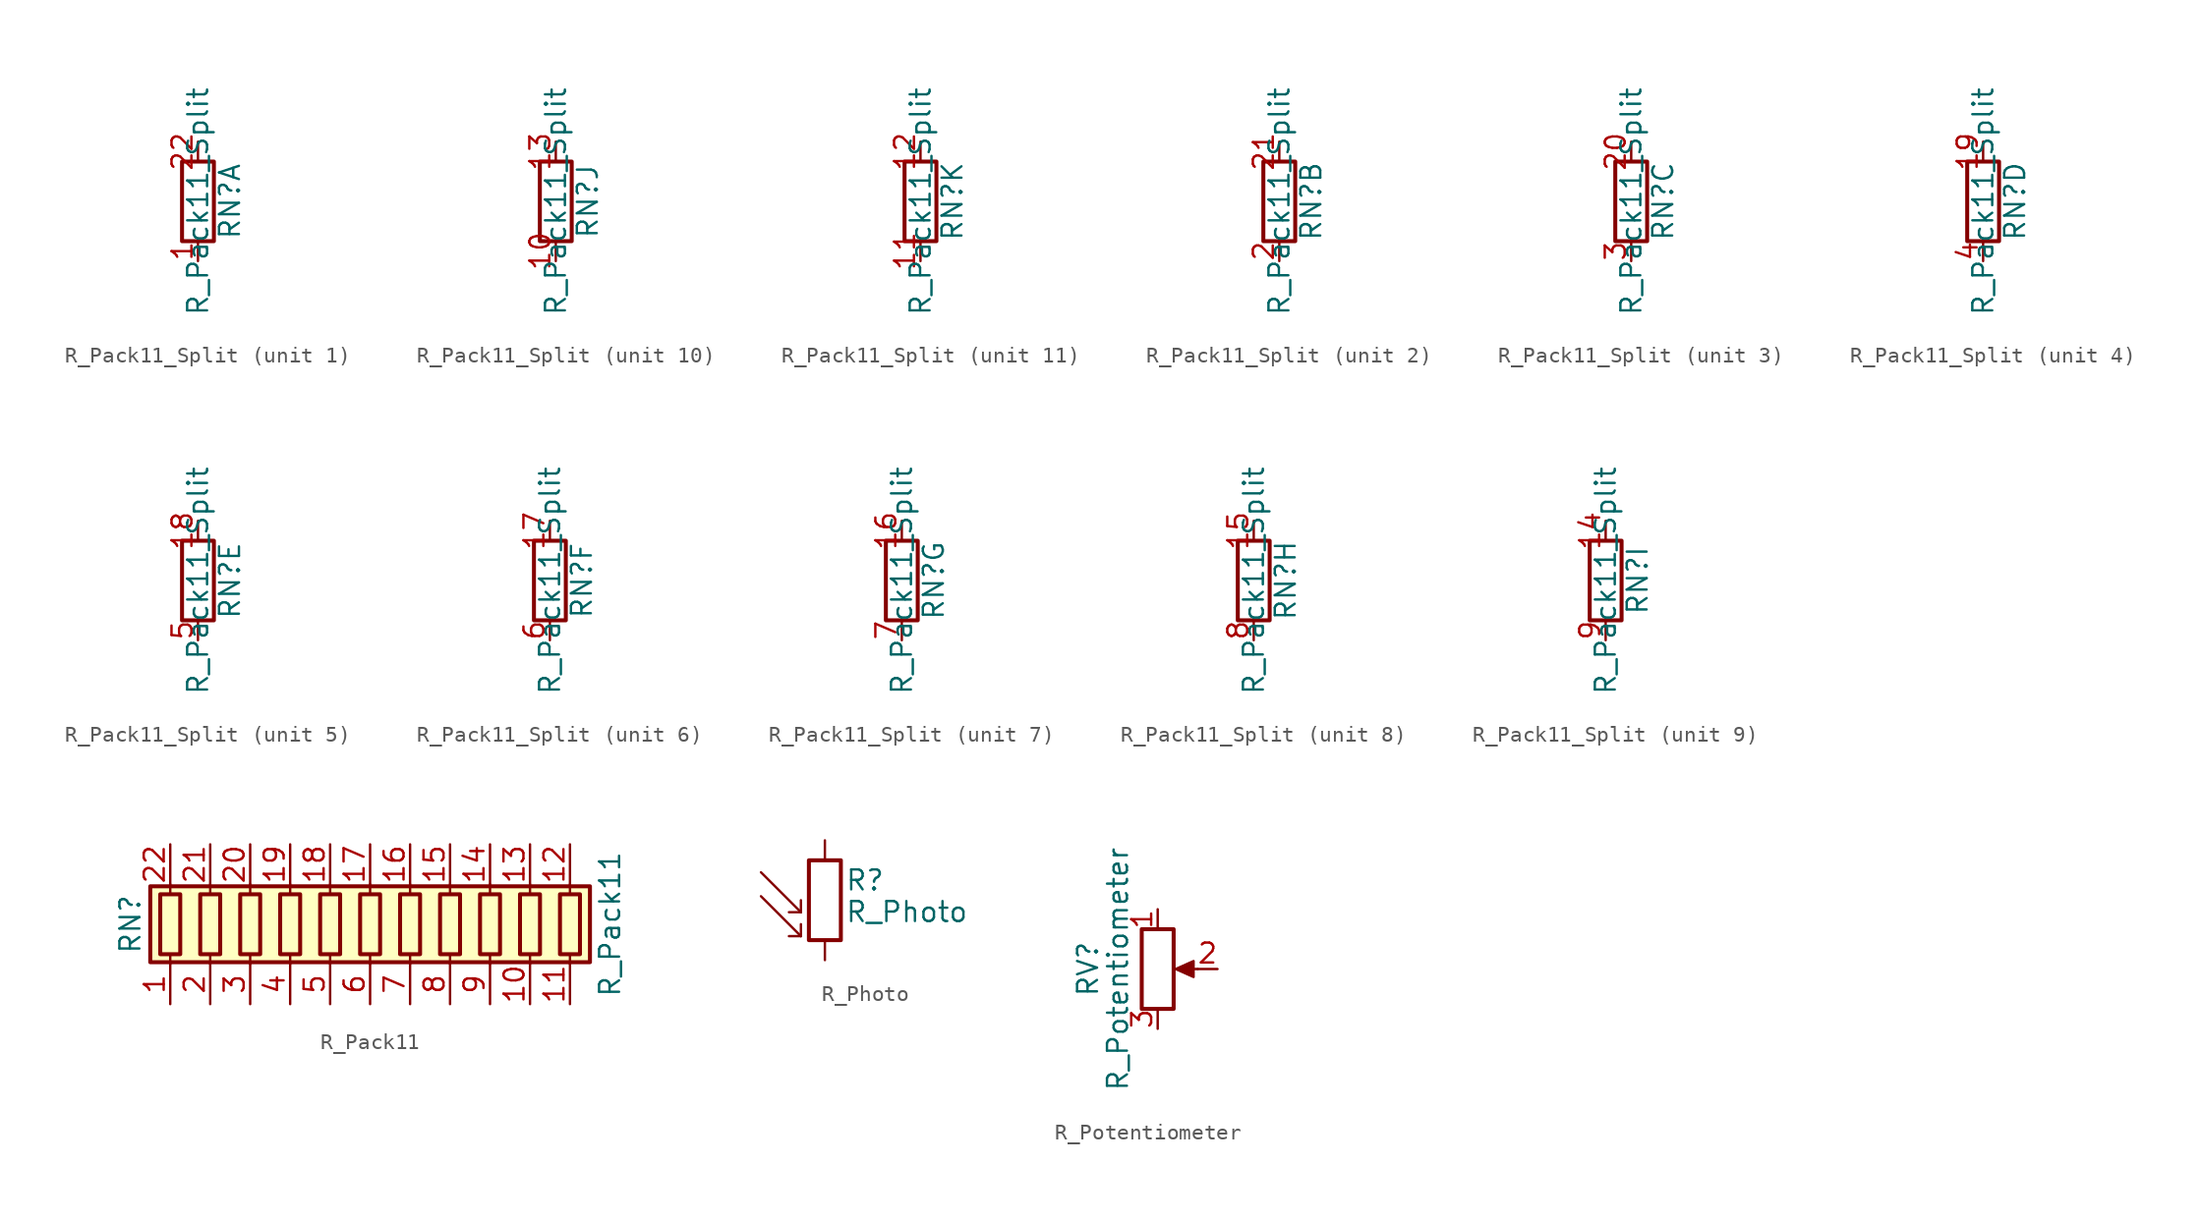
<source format=kicad_sym>
(kicad_symbol_lib
  (version 20241209)
  (generator "kicad_symbol_editor")
  (generator_version "9.0")
  (symbol "R_Pack11_Split"
    (pin_names
      (offset 0)
      (hide yes))
    (property "Reference" "RN"
      (at 2.032 0 90)
      (effects (font (size 1.27 1.27))))
    (property "Value" "R_Pack11_Split"
      (at 0 0 90)
      (effects (font (size 1.27 1.27))))
    (symbol "R_Pack11_Split_0_1"
      (rectangle (start 1.016 2.54) (end -1.016 -2.54) (stroke (width 0.254) (type solid)) (fill (type none))))
    (symbol "R_Pack11_Split_1_1"
      (pin passive line (at 0 3.81 270) (length 1.27) (name "R1.2" (effects (font (size 1.27 1.27)))) (number "22" (effects (font (size 1.27 1.27)))))
      (pin passive line (at 0 -3.81 90) (length 1.27) (name "R1.1" (effects (font (size 1.27 1.27)))) (number "1" (effects (font (size 1.27 1.27))))))
    (symbol "R_Pack11_Split_2_1"
      (pin passive line (at 0 3.81 270) (length 1.27) (name "R2.2" (effects (font (size 1.27 1.27)))) (number "21" (effects (font (size 1.27 1.27)))))
      (pin passive line (at 0 -3.81 90) (length 1.27) (name "R2.1" (effects (font (size 1.27 1.27)))) (number "2" (effects (font (size 1.27 1.27))))))
    (symbol "R_Pack11_Split_3_1"
      (pin passive line (at 0 3.81 270) (length 1.27) (name "R3.2" (effects (font (size 1.27 1.27)))) (number "20" (effects (font (size 1.27 1.27)))))
      (pin passive line (at 0 -3.81 90) (length 1.27) (name "R3.1" (effects (font (size 1.27 1.27)))) (number "3" (effects (font (size 1.27 1.27))))))
    (symbol "R_Pack11_Split_4_1"
      (pin passive line (at 0 3.81 270) (length 1.27) (name "R4.2" (effects (font (size 1.27 1.27)))) (number "19" (effects (font (size 1.27 1.27)))))
      (pin passive line (at 0 -3.81 90) (length 1.27) (name "R4.1" (effects (font (size 1.27 1.27)))) (number "4" (effects (font (size 1.27 1.27))))))
    (symbol "R_Pack11_Split_5_1"
      (pin passive line (at 0 3.81 270) (length 1.27) (name "R5.2" (effects (font (size 1.27 1.27)))) (number "18" (effects (font (size 1.27 1.27)))))
      (pin passive line (at 0 -3.81 90) (length 1.27) (name "R5.1" (effects (font (size 1.27 1.27)))) (number "5" (effects (font (size 1.27 1.27))))))
    (symbol "R_Pack11_Split_6_1"
      (pin passive line (at 0 3.81 270) (length 1.27) (name "R6.2" (effects (font (size 1.27 1.27)))) (number "17" (effects (font (size 1.27 1.27)))))
      (pin passive line (at 0 -3.81 90) (length 1.27) (name "R6.1" (effects (font (size 1.27 1.27)))) (number "6" (effects (font (size 1.27 1.27))))))
    (symbol "R_Pack11_Split_7_1"
      (pin passive line (at 0 3.81 270) (length 1.27) (name "R7.2" (effects (font (size 1.27 1.27)))) (number "16" (effects (font (size 1.27 1.27)))))
      (pin passive line (at 0 -3.81 90) (length 1.27) (name "R7.1" (effects (font (size 1.27 1.27)))) (number "7" (effects (font (size 1.27 1.27))))))
    (symbol "R_Pack11_Split_8_1"
      (pin passive line (at 0 3.81 270) (length 1.27) (name "R8.2" (effects (font (size 1.27 1.27)))) (number "15" (effects (font (size 1.27 1.27)))))
      (pin passive line (at 0 -3.81 90) (length 1.27) (name "R8.1" (effects (font (size 1.27 1.27)))) (number "8" (effects (font (size 1.27 1.27))))))
    (symbol "R_Pack11_Split_9_1"
      (pin passive line (at 0 3.81 270) (length 1.27) (name "R9.2" (effects (font (size 1.27 1.27)))) (number "14" (effects (font (size 1.27 1.27)))))
      (pin passive line (at 0 -3.81 90) (length 1.27) (name "R9.1" (effects (font (size 1.27 1.27)))) (number "9" (effects (font (size 1.27 1.27))))))
    (symbol "R_Pack11_Split_10_1"
      (pin passive line (at 0 3.81 270) (length 1.27) (name "R10.2" (effects (font (size 1.27 1.27)))) (number "13" (effects (font (size 1.27 1.27)))))
      (pin passive line (at 0 -3.81 90) (length 1.27) (name "R10.1" (effects (font (size 1.27 1.27)))) (number "10" (effects (font (size 1.27 1.27))))))
    (symbol "R_Pack11_Split_11_1"
      (pin passive line (at 0 3.81 270) (length 1.27) (name "R11.2" (effects (font (size 1.27 1.27)))) (number "12" (effects (font (size 1.27 1.27)))))
      (pin passive line (at 0 -3.81 90) (length 1.27) (name "R11.1" (effects (font (size 1.27 1.27)))) (number "11" (effects (font (size 1.27 1.27)))))))
  (symbol "R_Pack11"
    (pin_names
      (offset 0)
      (hide yes))
    (property "Reference" "RN"
      (at -15.24 0 90)
      (effects (font (size 1.27 1.27))))
    (property "Value" "R_Pack11"
      (at 15.24 0 90)
      (effects (font (size 1.27 1.27))))
    (symbol "R_Pack11_0_1"
      (rectangle (start -13.97 -2.413) (end 13.97 2.413) (stroke (width 0.254) (type solid)) (fill (type background)))
      (rectangle (start -13.335 1.905) (end -12.065 -1.905) (stroke (width 0.254) (type solid)) (fill (type none)))
      (polyline (pts (xy -12.7 1.905) (xy -12.7 2.54)) (stroke (width 0) (type solid)) (fill (type none)))
      (polyline (pts (xy -12.7 -2.54) (xy -12.7 -1.905)) (stroke (width 0) (type solid)) (fill (type none)))
      (rectangle (start -10.795 1.905) (end -9.525 -1.905) (stroke (width 0.254) (type solid)) (fill (type none)))
      (polyline (pts (xy -10.16 1.905) (xy -10.16 2.54)) (stroke (width 0) (type solid)) (fill (type none)))
      (polyline (pts (xy -10.16 -2.54) (xy -10.16 -1.905)) (stroke (width 0) (type solid)) (fill (type none)))
      (rectangle (start -8.255 1.905) (end -6.985 -1.905) (stroke (width 0.254) (type solid)) (fill (type none)))
      (polyline (pts (xy -7.62 1.905) (xy -7.62 2.54)) (stroke (width 0) (type solid)) (fill (type none)))
      (polyline (pts (xy -7.62 -2.54) (xy -7.62 -1.905)) (stroke (width 0) (type solid)) (fill (type none)))
      (rectangle (start -5.715 1.905) (end -4.445 -1.905) (stroke (width 0.254) (type solid)) (fill (type none)))
      (polyline (pts (xy -5.08 1.905) (xy -5.08 2.54)) (stroke (width 0) (type solid)) (fill (type none)))
      (polyline (pts (xy -5.08 -2.54) (xy -5.08 -1.905)) (stroke (width 0) (type solid)) (fill (type none)))
      (rectangle (start -3.175 1.905) (end -1.905 -1.905) (stroke (width 0.254) (type solid)) (fill (type none)))
      (polyline (pts (xy -2.54 1.905) (xy -2.54 2.54)) (stroke (width 0) (type solid)) (fill (type none)))
      (polyline (pts (xy -2.54 -2.54) (xy -2.54 -1.905)) (stroke (width 0) (type solid)) (fill (type none)))
      (rectangle (start -0.635 1.905) (end 0.635 -1.905) (stroke (width 0.254) (type solid)) (fill (type none)))
      (polyline (pts (xy 0 1.905) (xy 0 2.54)) (stroke (width 0) (type solid)) (fill (type none)))
      (polyline (pts (xy 0 -2.54) (xy 0 -1.905)) (stroke (width 0) (type solid)) (fill (type none)))
      (rectangle (start 1.905 1.905) (end 3.175 -1.905) (stroke (width 0.254) (type solid)) (fill (type none)))
      (polyline (pts (xy 2.54 1.905) (xy 2.54 2.54)) (stroke (width 0) (type solid)) (fill (type none)))
      (polyline (pts (xy 2.54 -2.54) (xy 2.54 -1.905)) (stroke (width 0) (type solid)) (fill (type none)))
      (rectangle (start 4.445 1.905) (end 5.715 -1.905) (stroke (width 0.254) (type solid)) (fill (type none)))
      (polyline (pts (xy 5.08 1.905) (xy 5.08 2.54)) (stroke (width 0) (type solid)) (fill (type none)))
      (polyline (pts (xy 5.08 -2.54) (xy 5.08 -1.905)) (stroke (width 0) (type solid)) (fill (type none)))
      (rectangle (start 6.985 1.905) (end 8.255 -1.905) (stroke (width 0.254) (type solid)) (fill (type none)))
      (polyline (pts (xy 7.62 1.905) (xy 7.62 2.54)) (stroke (width 0) (type solid)) (fill (type none)))
      (polyline (pts (xy 7.62 -2.54) (xy 7.62 -1.905)) (stroke (width 0) (type solid)) (fill (type none)))
      (rectangle (start 9.525 1.905) (end 10.795 -1.905) (stroke (width 0.254) (type solid)) (fill (type none)))
      (polyline (pts (xy 10.16 1.905) (xy 10.16 2.54)) (stroke (width 0) (type solid)) (fill (type none)))
      (polyline (pts (xy 10.16 -2.54) (xy 10.16 -1.905)) (stroke (width 0) (type solid)) (fill (type none)))
      (rectangle (start 12.065 1.905) (end 13.335 -1.905) (stroke (width 0.254) (type solid)) (fill (type none)))
      (polyline (pts (xy 12.7 1.905) (xy 12.7 2.54)) (stroke (width 0) (type solid)) (fill (type none)))
      (polyline (pts (xy 12.7 -2.54) (xy 12.7 -1.905)) (stroke (width 0) (type solid)) (fill (type none))))
    (symbol "R_Pack11_1_1"
      (pin passive line (at -12.7 5.08 270) (length 2.54) (name "R1.2" (effects (font (size 1.27 1.27)))) (number "22" (effects (font (size 1.27 1.27)))))
      (pin passive line (at -12.7 -5.08 90) (length 2.54) (name "R1.1" (effects (font (size 1.27 1.27)))) (number "1" (effects (font (size 1.27 1.27)))))
      (pin passive line (at -10.16 5.08 270) (length 2.54) (name "R2.2" (effects (font (size 1.27 1.27)))) (number "21" (effects (font (size 1.27 1.27)))))
      (pin passive line (at -10.16 -5.08 90) (length 2.54) (name "R2.1" (effects (font (size 1.27 1.27)))) (number "2" (effects (font (size 1.27 1.27)))))
      (pin passive line (at -7.62 5.08 270) (length 2.54) (name "R3.2" (effects (font (size 1.27 1.27)))) (number "20" (effects (font (size 1.27 1.27)))))
      (pin passive line (at -7.62 -5.08 90) (length 2.54) (name "R3.1" (effects (font (size 1.27 1.27)))) (number "3" (effects (font (size 1.27 1.27)))))
      (pin passive line (at -5.08 5.08 270) (length 2.54) (name "R4.2" (effects (font (size 1.27 1.27)))) (number "19" (effects (font (size 1.27 1.27)))))
      (pin passive line (at -5.08 -5.08 90) (length 2.54) (name "R4.1" (effects (font (size 1.27 1.27)))) (number "4" (effects (font (size 1.27 1.27)))))
      (pin passive line (at -2.54 5.08 270) (length 2.54) (name "R5.2" (effects (font (size 1.27 1.27)))) (number "18" (effects (font (size 1.27 1.27)))))
      (pin passive line (at -2.54 -5.08 90) (length 2.54) (name "R5.1" (effects (font (size 1.27 1.27)))) (number "5" (effects (font (size 1.27 1.27)))))
      (pin passive line (at 0 5.08 270) (length 2.54) (name "R6.2" (effects (font (size 1.27 1.27)))) (number "17" (effects (font (size 1.27 1.27)))))
      (pin passive line (at 0 -5.08 90) (length 2.54) (name "R6.1" (effects (font (size 1.27 1.27)))) (number "6" (effects (font (size 1.27 1.27)))))
      (pin passive line (at 2.54 5.08 270) (length 2.54) (name "R7.2" (effects (font (size 1.27 1.27)))) (number "16" (effects (font (size 1.27 1.27)))))
      (pin passive line (at 2.54 -5.08 90) (length 2.54) (name "R7.1" (effects (font (size 1.27 1.27)))) (number "7" (effects (font (size 1.27 1.27)))))
      (pin passive line (at 5.08 5.08 270) (length 2.54) (name "R8.2" (effects (font (size 1.27 1.27)))) (number "15" (effects (font (size 1.27 1.27)))))
      (pin passive line (at 5.08 -5.08 90) (length 2.54) (name "R8.1" (effects (font (size 1.27 1.27)))) (number "8" (effects (font (size 1.27 1.27)))))
      (pin passive line (at 7.62 5.08 270) (length 2.54) (name "R9.2" (effects (font (size 1.27 1.27)))) (number "14" (effects (font (size 1.27 1.27)))))
      (pin passive line (at 7.62 -5.08 90) (length 2.54) (name "R9.1" (effects (font (size 1.27 1.27)))) (number "9" (effects (font (size 1.27 1.27)))))
      (pin passive line (at 10.16 5.08 270) (length 2.54) (name "R10.2" (effects (font (size 1.27 1.27)))) (number "13" (effects (font (size 1.27 1.27)))))
      (pin passive line (at 10.16 -5.08 90) (length 2.54) (name "R10.1" (effects (font (size 1.27 1.27)))) (number "10" (effects (font (size 1.27 1.27)))))
      (pin passive line (at 12.7 5.08 270) (length 2.54) (name "R11.2" (effects (font (size 1.27 1.27)))) (number "12" (effects (font (size 1.27 1.27)))))
      (pin passive line (at 12.7 -5.08 90) (length 2.54) (name "R11.1" (effects (font (size 1.27 1.27)))) (number "11" (effects (font (size 1.27 1.27)))))))
  (symbol "R_Photo"
    (pin_numbers
      (hide yes))
    (pin_names
      (offset 0))
    (property "Reference" "R"
      (at 1.27 1.27 0)
      (effects (font (size 1.27 1.27)) (justify left)))
    (property "Value" "R_Photo"
      (at 1.27 0 0)
      (effects (font (size 1.27 1.27)) (justify left top)))
    (symbol "R_Photo_0_1"
      (polyline (pts (xy -1.524 -0.762) (xy -4.064 1.778)) (stroke (width 0) (type solid)) (fill (type none)))
      (polyline (pts (xy -1.524 -0.762) (xy -2.286 -0.762)) (stroke (width 0) (type solid)) (fill (type none)))
      (polyline (pts (xy -1.524 -0.762) (xy -1.524 0)) (stroke (width 0) (type solid)) (fill (type none)))
      (polyline (pts (xy -1.524 -2.286) (xy -4.064 0.254)) (stroke (width 0) (type solid)) (fill (type none)))
      (polyline (pts (xy -1.524 -2.286) (xy -2.286 -2.286)) (stroke (width 0) (type solid)) (fill (type none)))
      (polyline (pts (xy -1.524 -2.286) (xy -1.524 -1.524)) (stroke (width 0) (type solid)) (fill (type none)))
      (rectangle (start -1.016 2.54) (end 1.016 -2.54) (stroke (width 0.254) (type solid)) (fill (type none))))
    (symbol "R_Photo_1_1"
      (pin passive line (at 0 3.81 270) (length 1.27) (name "~" (effects (font (size 1.27 1.27)))) (number "1" (effects (font (size 1.27 1.27)))))
      (pin passive line (at 0 -3.81 90) (length 1.27) (name "~" (effects (font (size 1.27 1.27)))) (number "2" (effects (font (size 1.27 1.27)))))))
  (symbol "R_Potentiometer"
    (pin_names
      (offset 1.016)
      (hide yes))
    (property "Reference" "RV"
      (at -4.445 0 90)
      (effects (font (size 1.27 1.27))))
    (property "Value" "R_Potentiometer"
      (at -2.54 0 90)
      (effects (font (size 1.27 1.27))))
    (symbol "R_Potentiometer_0_1"
      (rectangle (start 1.016 2.54) (end -1.016 -2.54) (stroke (width 0.254) (type solid)) (fill (type none)))
      (polyline (pts (xy 1.143 0) (xy 2.286 0.508) (xy 2.286 -0.508) (xy 1.143 0)) (stroke (width 0) (type solid)) (fill (type outline)))
      (polyline (pts (xy 2.54 0) (xy 1.524 0)) (stroke (width 0) (type solid)) (fill (type none))))
    (symbol "R_Potentiometer_1_1"
      (pin passive line (at 0 3.81 270) (length 1.27) (name "1" (effects (font (size 1.27 1.27)))) (number "1" (effects (font (size 1.27 1.27)))))
      (pin passive line (at 0 -3.81 90) (length 1.27) (name "3" (effects (font (size 1.27 1.27)))) (number "3" (effects (font (size 1.27 1.27)))))
      (pin passive line (at 3.81 0 180) (length 1.27) (name "2" (effects (font (size 1.27 1.27)))) (number "2" (effects (font (size 1.27 1.27))))))))
</source>
